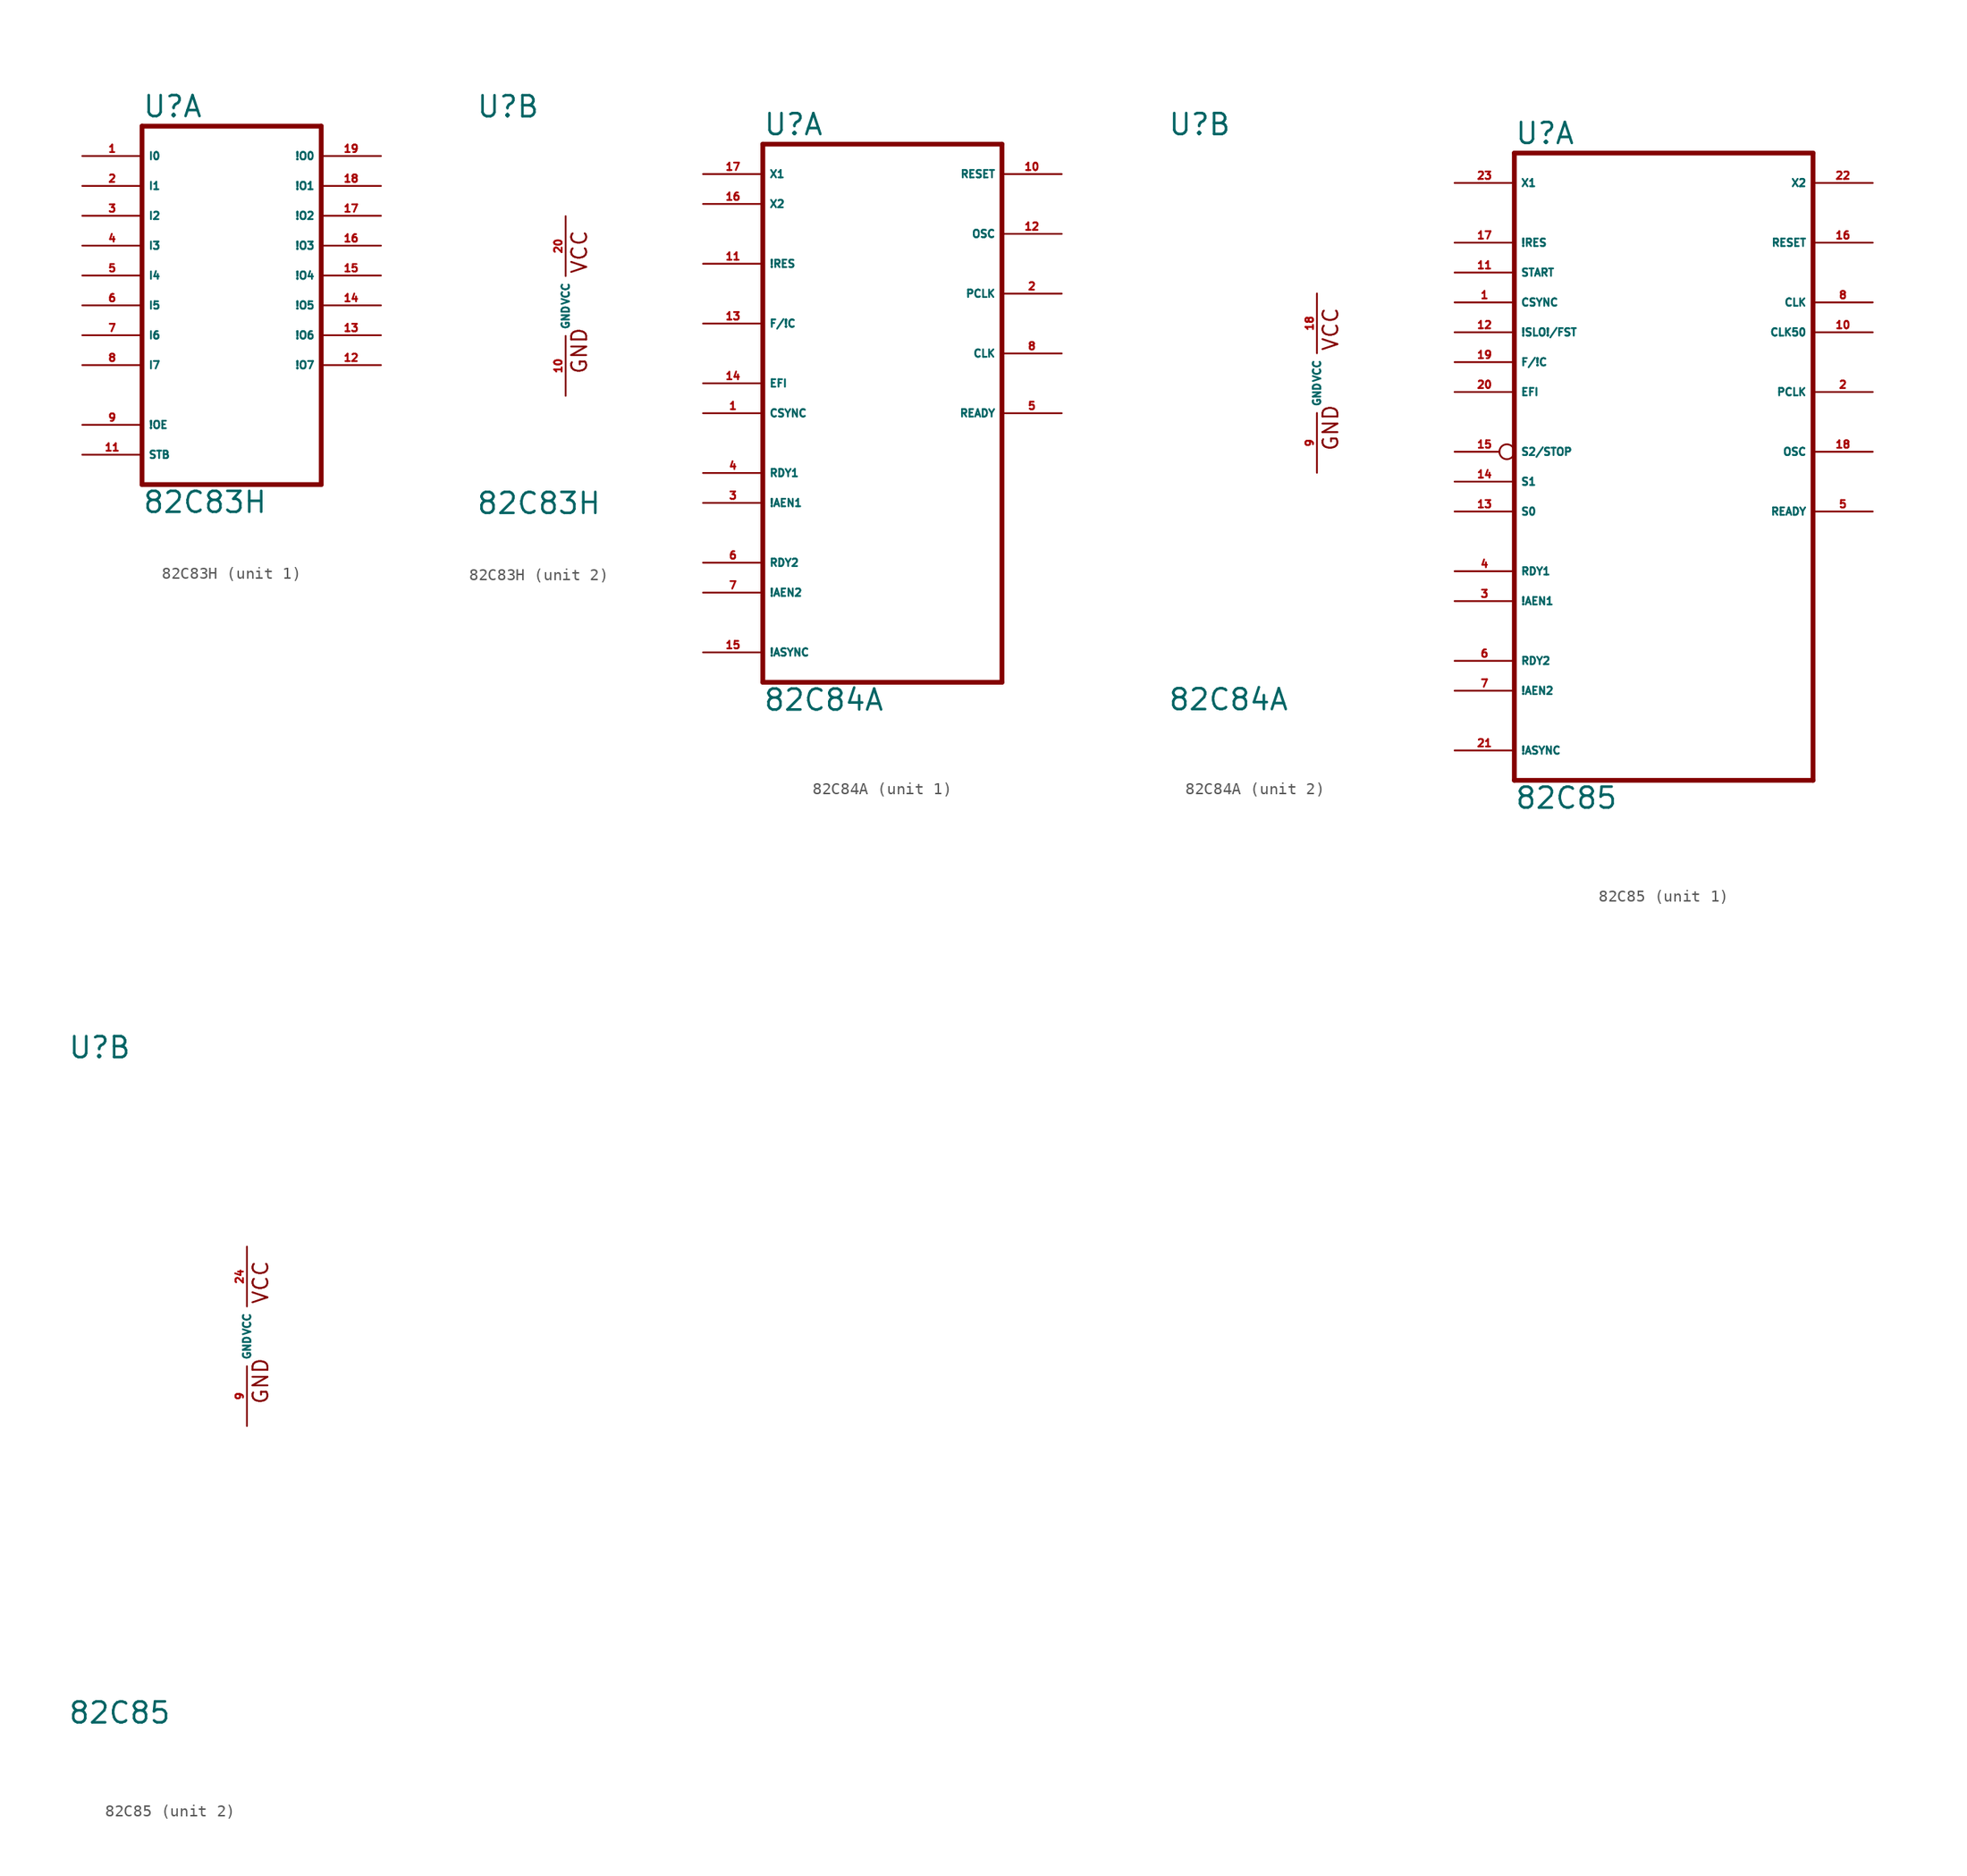
<source format=kicad_sym>
(kicad_symbol_lib
  (version 20220914)
  (generator Eagle2Kicad)
  (symbol "82C83H"
    (property "Reference" "U"
      (at -7.62 15.875 0)
      (effects (font (size 1.778 1.778) (thickness 0.22)) (justify left bottom)))
    (property "Value" "82C83H"
      (at -7.62 -17.78 0)
      (effects (font (size 1.778 1.778) (thickness 0.22)) (justify left bottom)))
    (symbol "82C83H_1_0"
      (polyline (pts (xy -7.62 -15.24) (xy 7.62 -15.24)) (stroke (width 0.406) (type default)) (fill (type none)))
      (polyline (pts (xy 7.62 -15.24) (xy 7.62 15.24)) (stroke (width 0.406) (type default)) (fill (type none)))
      (polyline (pts (xy 7.62 15.24) (xy -7.62 15.24)) (stroke (width 0.406) (type default)) (fill (type none)))
      (polyline (pts (xy -7.62 15.24) (xy -7.62 -15.24)) (stroke (width 0.406) (type default)) (fill (type none)))
      (pin input line (at -12.7 12.7 0) (length 5.08) (name "I0" (effects (font (size 0.635 0.635) (thickness 0.08)) (justify left bottom))) (number "1" (effects (font (size 0.635 0.635) (thickness 0.08)) (justify left bottom))))
      (pin input line (at -12.7 10.16 0) (length 5.08) (name "I1" (effects (font (size 0.635 0.635) (thickness 0.08)) (justify left bottom))) (number "2" (effects (font (size 0.635 0.635) (thickness 0.08)) (justify left bottom))))
      (pin input line (at -12.7 7.62 0) (length 5.08) (name "I2" (effects (font (size 0.635 0.635) (thickness 0.08)) (justify left bottom))) (number "3" (effects (font (size 0.635 0.635) (thickness 0.08)) (justify left bottom))))
      (pin input line (at -12.7 5.08 0) (length 5.08) (name "I3" (effects (font (size 0.635 0.635) (thickness 0.08)) (justify left bottom))) (number "4" (effects (font (size 0.635 0.635) (thickness 0.08)) (justify left bottom))))
      (pin input line (at -12.7 2.54 0) (length 5.08) (name "I4" (effects (font (size 0.635 0.635) (thickness 0.08)) (justify left bottom))) (number "5" (effects (font (size 0.635 0.635) (thickness 0.08)) (justify left bottom))))
      (pin input line (at -12.7 0 0) (length 5.08) (name "I5" (effects (font (size 0.635 0.635) (thickness 0.08)) (justify left bottom))) (number "6" (effects (font (size 0.635 0.635) (thickness 0.08)) (justify left bottom))))
      (pin input line (at -12.7 -2.54 0) (length 5.08) (name "I6" (effects (font (size 0.635 0.635) (thickness 0.08)) (justify left bottom))) (number "7" (effects (font (size 0.635 0.635) (thickness 0.08)) (justify left bottom))))
      (pin input line (at -12.7 -5.08 0) (length 5.08) (name "I7" (effects (font (size 0.635 0.635) (thickness 0.08)) (justify left bottom))) (number "8" (effects (font (size 0.635 0.635) (thickness 0.08)) (justify left bottom))))
      (pin input line (at -12.7 -10.16 0) (length 5.08) (name "!OE" (effects (font (size 0.635 0.635) (thickness 0.08)) (justify left bottom))) (number "9" (effects (font (size 0.635 0.635) (thickness 0.08)) (justify left bottom))))
      (pin input line (at -12.7 -12.7 0) (length 5.08) (name "STB" (effects (font (size 0.635 0.635) (thickness 0.08)) (justify left bottom))) (number "11" (effects (font (size 0.635 0.635) (thickness 0.08)) (justify left bottom))))
      (pin output line (at 12.7 -5.08 180) (length 5.08) (name "!O7" (effects (font (size 0.635 0.635) (thickness 0.08)) (justify left bottom))) (number "12" (effects (font (size 0.635 0.635) (thickness 0.08)) (justify left bottom))))
      (pin output line (at 12.7 -2.54 180) (length 5.08) (name "!O6" (effects (font (size 0.635 0.635) (thickness 0.08)) (justify left bottom))) (number "13" (effects (font (size 0.635 0.635) (thickness 0.08)) (justify left bottom))))
      (pin output line (at 12.7 0 180) (length 5.08) (name "!O5" (effects (font (size 0.635 0.635) (thickness 0.08)) (justify left bottom))) (number "14" (effects (font (size 0.635 0.635) (thickness 0.08)) (justify left bottom))))
      (pin output line (at 12.7 2.54 180) (length 5.08) (name "!O4" (effects (font (size 0.635 0.635) (thickness 0.08)) (justify left bottom))) (number "15" (effects (font (size 0.635 0.635) (thickness 0.08)) (justify left bottom))))
      (pin output line (at 12.7 5.08 180) (length 5.08) (name "!O3" (effects (font (size 0.635 0.635) (thickness 0.08)) (justify left bottom))) (number "16" (effects (font (size 0.635 0.635) (thickness 0.08)) (justify left bottom))))
      (pin output line (at 12.7 7.62 180) (length 5.08) (name "!O2" (effects (font (size 0.635 0.635) (thickness 0.08)) (justify left bottom))) (number "17" (effects (font (size 0.635 0.635) (thickness 0.08)) (justify left bottom))))
      (pin output line (at 12.7 10.16 180) (length 5.08) (name "!O1" (effects (font (size 0.635 0.635) (thickness 0.08)) (justify left bottom))) (number "18" (effects (font (size 0.635 0.635) (thickness 0.08)) (justify left bottom))))
      (pin output line (at 12.7 12.7 180) (length 5.08) (name "!O0" (effects (font (size 0.635 0.635) (thickness 0.08)) (justify left bottom))) (number "19" (effects (font (size 0.635 0.635) (thickness 0.08)) (justify left bottom)))))
    (symbol "82C83H_2_0"
      (text "GND" (at 1.905 -5.842 900) (effects (font (size 1.27 1.27) (thickness 0.16)) (justify left bottom)))
      (text "VCC" (at 1.905 2.667 900) (effects (font (size 1.27 1.27) (thickness 0.16)) (justify left bottom)))
      (pin unspecified line (at 0 -7.62 90) (length 5.08) (name "GND" (effects (font (size 0.635 0.635) (thickness 0.08)) (justify left bottom))) (number "10" (effects (font (size 0.635 0.635) (thickness 0.08)) (justify left bottom))))
      (pin unspecified line (at 0 7.62 270) (length 5.08) (name "VCC" (effects (font (size 0.635 0.635) (thickness 0.08)) (justify left bottom))) (number "20" (effects (font (size 0.635 0.635) (thickness 0.08)) (justify left bottom))))))
  (symbol "82C84A"
    (property "Reference" "U"
      (at -12.7 20.955 0)
      (effects (font (size 1.778 1.778) (thickness 0.22)) (justify left bottom)))
    (property "Value" "82C84A"
      (at -12.7 -27.94 0)
      (effects (font (size 1.778 1.778) (thickness 0.22)) (justify left bottom)))
    (symbol "82C84A_1_0"
      (polyline (pts (xy -12.7 -25.4) (xy 7.62 -25.4)) (stroke (width 0.406) (type default)) (fill (type none)))
      (polyline (pts (xy 7.62 -25.4) (xy 7.62 20.32)) (stroke (width 0.406) (type default)) (fill (type none)))
      (polyline (pts (xy 7.62 20.32) (xy -12.7 20.32)) (stroke (width 0.406) (type default)) (fill (type none)))
      (polyline (pts (xy -12.7 20.32) (xy -12.7 -25.4)) (stroke (width 0.406) (type default)) (fill (type none)))
      (pin input line (at -17.78 -2.54 0) (length 5.08) (name "CSYNC" (effects (font (size 0.635 0.635) (thickness 0.08)) (justify left bottom))) (number "1" (effects (font (size 0.635 0.635) (thickness 0.08)) (justify left bottom))))
      (pin output line (at 12.7 7.62 180) (length 5.08) (name "PCLK" (effects (font (size 0.635 0.635) (thickness 0.08)) (justify left bottom))) (number "2" (effects (font (size 0.635 0.635) (thickness 0.08)) (justify left bottom))))
      (pin input line (at -17.78 -10.16 0) (length 5.08) (name "!AEN1" (effects (font (size 0.635 0.635) (thickness 0.08)) (justify left bottom))) (number "3" (effects (font (size 0.635 0.635) (thickness 0.08)) (justify left bottom))))
      (pin input line (at -17.78 -7.62 0) (length 5.08) (name "RDY1" (effects (font (size 0.635 0.635) (thickness 0.08)) (justify left bottom))) (number "4" (effects (font (size 0.635 0.635) (thickness 0.08)) (justify left bottom))))
      (pin output line (at 12.7 -2.54 180) (length 5.08) (name "READY" (effects (font (size 0.635 0.635) (thickness 0.08)) (justify left bottom))) (number "5" (effects (font (size 0.635 0.635) (thickness 0.08)) (justify left bottom))))
      (pin input line (at -17.78 -15.24 0) (length 5.08) (name "RDY2" (effects (font (size 0.635 0.635) (thickness 0.08)) (justify left bottom))) (number "6" (effects (font (size 0.635 0.635) (thickness 0.08)) (justify left bottom))))
      (pin input line (at -17.78 -17.78 0) (length 5.08) (name "!AEN2" (effects (font (size 0.635 0.635) (thickness 0.08)) (justify left bottom))) (number "7" (effects (font (size 0.635 0.635) (thickness 0.08)) (justify left bottom))))
      (pin output line (at 12.7 2.54 180) (length 5.08) (name "CLK" (effects (font (size 0.635 0.635) (thickness 0.08)) (justify left bottom))) (number "8" (effects (font (size 0.635 0.635) (thickness 0.08)) (justify left bottom))))
      (pin output line (at 12.7 17.78 180) (length 5.08) (name "RESET" (effects (font (size 0.635 0.635) (thickness 0.08)) (justify left bottom))) (number "10" (effects (font (size 0.635 0.635) (thickness 0.08)) (justify left bottom))))
      (pin input line (at -17.78 10.16 0) (length 5.08) (name "!RES" (effects (font (size 0.635 0.635) (thickness 0.08)) (justify left bottom))) (number "11" (effects (font (size 0.635 0.635) (thickness 0.08)) (justify left bottom))))
      (pin output line (at 12.7 12.7 180) (length 5.08) (name "OSC" (effects (font (size 0.635 0.635) (thickness 0.08)) (justify left bottom))) (number "12" (effects (font (size 0.635 0.635) (thickness 0.08)) (justify left bottom))))
      (pin input line (at -17.78 5.08 0) (length 5.08) (name "F/!C" (effects (font (size 0.635 0.635) (thickness 0.08)) (justify left bottom))) (number "13" (effects (font (size 0.635 0.635) (thickness 0.08)) (justify left bottom))))
      (pin input line (at -17.78 0 0) (length 5.08) (name "EFI" (effects (font (size 0.635 0.635) (thickness 0.08)) (justify left bottom))) (number "14" (effects (font (size 0.635 0.635) (thickness 0.08)) (justify left bottom))))
      (pin input line (at -17.78 -22.86 0) (length 5.08) (name "!ASYNC" (effects (font (size 0.635 0.635) (thickness 0.08)) (justify left bottom))) (number "15" (effects (font (size 0.635 0.635) (thickness 0.08)) (justify left bottom))))
      (pin output line (at -17.78 15.24 0) (length 5.08) (name "X2" (effects (font (size 0.635 0.635) (thickness 0.08)) (justify left bottom))) (number "16" (effects (font (size 0.635 0.635) (thickness 0.08)) (justify left bottom))))
      (pin input line (at -17.78 17.78 0) (length 5.08) (name "X1" (effects (font (size 0.635 0.635) (thickness 0.08)) (justify left bottom))) (number "17" (effects (font (size 0.635 0.635) (thickness 0.08)) (justify left bottom)))))
    (symbol "82C84A_2_0"
      (text "GND" (at 1.905 -5.842 900) (effects (font (size 1.27 1.27) (thickness 0.16)) (justify left bottom)))
      (text "VCC" (at 1.905 2.667 900) (effects (font (size 1.27 1.27) (thickness 0.16)) (justify left bottom)))
      (pin unspecified line (at 0 -7.62 90) (length 5.08) (name "GND" (effects (font (size 0.635 0.635) (thickness 0.08)) (justify left bottom))) (number "9" (effects (font (size 0.635 0.635) (thickness 0.08)) (justify left bottom))))
      (pin unspecified line (at 0 7.62 270) (length 5.08) (name "VCC" (effects (font (size 0.635 0.635) (thickness 0.08)) (justify left bottom))) (number "18" (effects (font (size 0.635 0.635) (thickness 0.08)) (justify left bottom))))))
  (symbol "82C85"
    (property "Reference" "U"
      (at -15.24 23.495 0)
      (effects (font (size 1.778 1.778) (thickness 0.22)) (justify left bottom)))
    (property "Value" "82C85"
      (at -15.24 -33.02 0)
      (effects (font (size 1.778 1.778) (thickness 0.22)) (justify left bottom)))
    (symbol "82C85_1_0"
      (polyline (pts (xy -15.24 -30.48) (xy 10.16 -30.48)) (stroke (width 0.406) (type default)) (fill (type none)))
      (polyline (pts (xy 10.16 -30.48) (xy 10.16 22.86)) (stroke (width 0.406) (type default)) (fill (type none)))
      (polyline (pts (xy 10.16 22.86) (xy -15.24 22.86)) (stroke (width 0.406) (type default)) (fill (type none)))
      (polyline (pts (xy -15.24 22.86) (xy -15.24 -30.48)) (stroke (width 0.406) (type default)) (fill (type none)))
      (pin input line (at -20.32 10.16 0) (length 5.08) (name "CSYNC" (effects (font (size 0.635 0.635) (thickness 0.08)) (justify left bottom))) (number "1" (effects (font (size 0.635 0.635) (thickness 0.08)) (justify left bottom))))
      (pin output line (at 15.24 2.54 180) (length 5.08) (name "PCLK" (effects (font (size 0.635 0.635) (thickness 0.08)) (justify left bottom))) (number "2" (effects (font (size 0.635 0.635) (thickness 0.08)) (justify left bottom))))
      (pin input line (at -20.32 -15.24 0) (length 5.08) (name "!AEN1" (effects (font (size 0.635 0.635) (thickness 0.08)) (justify left bottom))) (number "3" (effects (font (size 0.635 0.635) (thickness 0.08)) (justify left bottom))))
      (pin input line (at -20.32 -12.7 0) (length 5.08) (name "RDY1" (effects (font (size 0.635 0.635) (thickness 0.08)) (justify left bottom))) (number "4" (effects (font (size 0.635 0.635) (thickness 0.08)) (justify left bottom))))
      (pin output line (at 15.24 -7.62 180) (length 5.08) (name "READY" (effects (font (size 0.635 0.635) (thickness 0.08)) (justify left bottom))) (number "5" (effects (font (size 0.635 0.635) (thickness 0.08)) (justify left bottom))))
      (pin input line (at -20.32 -22.86 0) (length 5.08) (name "!AEN2" (effects (font (size 0.635 0.635) (thickness 0.08)) (justify left bottom))) (number "7" (effects (font (size 0.635 0.635) (thickness 0.08)) (justify left bottom))))
      (pin input line (at -20.32 -20.32 0) (length 5.08) (name "RDY2" (effects (font (size 0.635 0.635) (thickness 0.08)) (justify left bottom))) (number "6" (effects (font (size 0.635 0.635) (thickness 0.08)) (justify left bottom))))
      (pin output line (at 15.24 10.16 180) (length 5.08) (name "CLK" (effects (font (size 0.635 0.635) (thickness 0.08)) (justify left bottom))) (number "8" (effects (font (size 0.635 0.635) (thickness 0.08)) (justify left bottom))))
      (pin output line (at 15.24 7.62 180) (length 5.08) (name "CLK50" (effects (font (size 0.635 0.635) (thickness 0.08)) (justify left bottom))) (number "10" (effects (font (size 0.635 0.635) (thickness 0.08)) (justify left bottom))))
      (pin input line (at -20.32 12.7 0) (length 5.08) (name "START" (effects (font (size 0.635 0.635) (thickness 0.08)) (justify left bottom))) (number "11" (effects (font (size 0.635 0.635) (thickness 0.08)) (justify left bottom))))
      (pin input line (at -20.32 7.62 0) (length 5.08) (name "!SLO!/FST" (effects (font (size 0.635 0.635) (thickness 0.08)) (justify left bottom))) (number "12" (effects (font (size 0.635 0.635) (thickness 0.08)) (justify left bottom))))
      (pin input line (at -20.32 -7.62 0) (length 5.08) (name "S0" (effects (font (size 0.635 0.635) (thickness 0.08)) (justify left bottom))) (number "13" (effects (font (size 0.635 0.635) (thickness 0.08)) (justify left bottom))))
      (pin input line (at -20.32 -5.08 0) (length 5.08) (name "S1" (effects (font (size 0.635 0.635) (thickness 0.08)) (justify left bottom))) (number "14" (effects (font (size 0.635 0.635) (thickness 0.08)) (justify left bottom))))
      (pin input inverted (at -20.32 -2.54 0) (length 5.08) (name "S2/STOP" (effects (font (size 0.635 0.635) (thickness 0.08)) (justify left bottom))) (number "15" (effects (font (size 0.635 0.635) (thickness 0.08)) (justify left bottom))))
      (pin output line (at 15.24 15.24 180) (length 5.08) (name "RESET" (effects (font (size 0.635 0.635) (thickness 0.08)) (justify left bottom))) (number "16" (effects (font (size 0.635 0.635) (thickness 0.08)) (justify left bottom))))
      (pin input line (at -20.32 15.24 0) (length 5.08) (name "!RES" (effects (font (size 0.635 0.635) (thickness 0.08)) (justify left bottom))) (number "17" (effects (font (size 0.635 0.635) (thickness 0.08)) (justify left bottom))))
      (pin output line (at 15.24 -2.54 180) (length 5.08) (name "OSC" (effects (font (size 0.635 0.635) (thickness 0.08)) (justify left bottom))) (number "18" (effects (font (size 0.635 0.635) (thickness 0.08)) (justify left bottom))))
      (pin input line (at -20.32 5.08 0) (length 5.08) (name "F/!C" (effects (font (size 0.635 0.635) (thickness 0.08)) (justify left bottom))) (number "19" (effects (font (size 0.635 0.635) (thickness 0.08)) (justify left bottom))))
      (pin input line (at -20.32 2.54 0) (length 5.08) (name "EFI" (effects (font (size 0.635 0.635) (thickness 0.08)) (justify left bottom))) (number "20" (effects (font (size 0.635 0.635) (thickness 0.08)) (justify left bottom))))
      (pin input line (at -20.32 -27.94 0) (length 5.08) (name "!ASYNC" (effects (font (size 0.635 0.635) (thickness 0.08)) (justify left bottom))) (number "21" (effects (font (size 0.635 0.635) (thickness 0.08)) (justify left bottom))))
      (pin output line (at 15.24 20.32 180) (length 5.08) (name "X2" (effects (font (size 0.635 0.635) (thickness 0.08)) (justify left bottom))) (number "22" (effects (font (size 0.635 0.635) (thickness 0.08)) (justify left bottom))))
      (pin input line (at -20.32 20.32 0) (length 5.08) (name "X1" (effects (font (size 0.635 0.635) (thickness 0.08)) (justify left bottom))) (number "23" (effects (font (size 0.635 0.635) (thickness 0.08)) (justify left bottom)))))
    (symbol "82C85_2_0"
      (text "GND" (at 1.905 -5.842 900) (effects (font (size 1.27 1.27) (thickness 0.16)) (justify left bottom)))
      (text "VCC" (at 1.905 2.667 900) (effects (font (size 1.27 1.27) (thickness 0.16)) (justify left bottom)))
      (pin unspecified line (at 0 -7.62 90) (length 5.08) (name "GND" (effects (font (size 0.635 0.635) (thickness 0.08)) (justify left bottom))) (number "9" (effects (font (size 0.635 0.635) (thickness 0.08)) (justify left bottom))))
      (pin unspecified line (at 0 7.62 270) (length 5.08) (name "VCC" (effects (font (size 0.635 0.635) (thickness 0.08)) (justify left bottom))) (number "24" (effects (font (size 0.635 0.635) (thickness 0.08)) (justify left bottom)))))))
</source>
